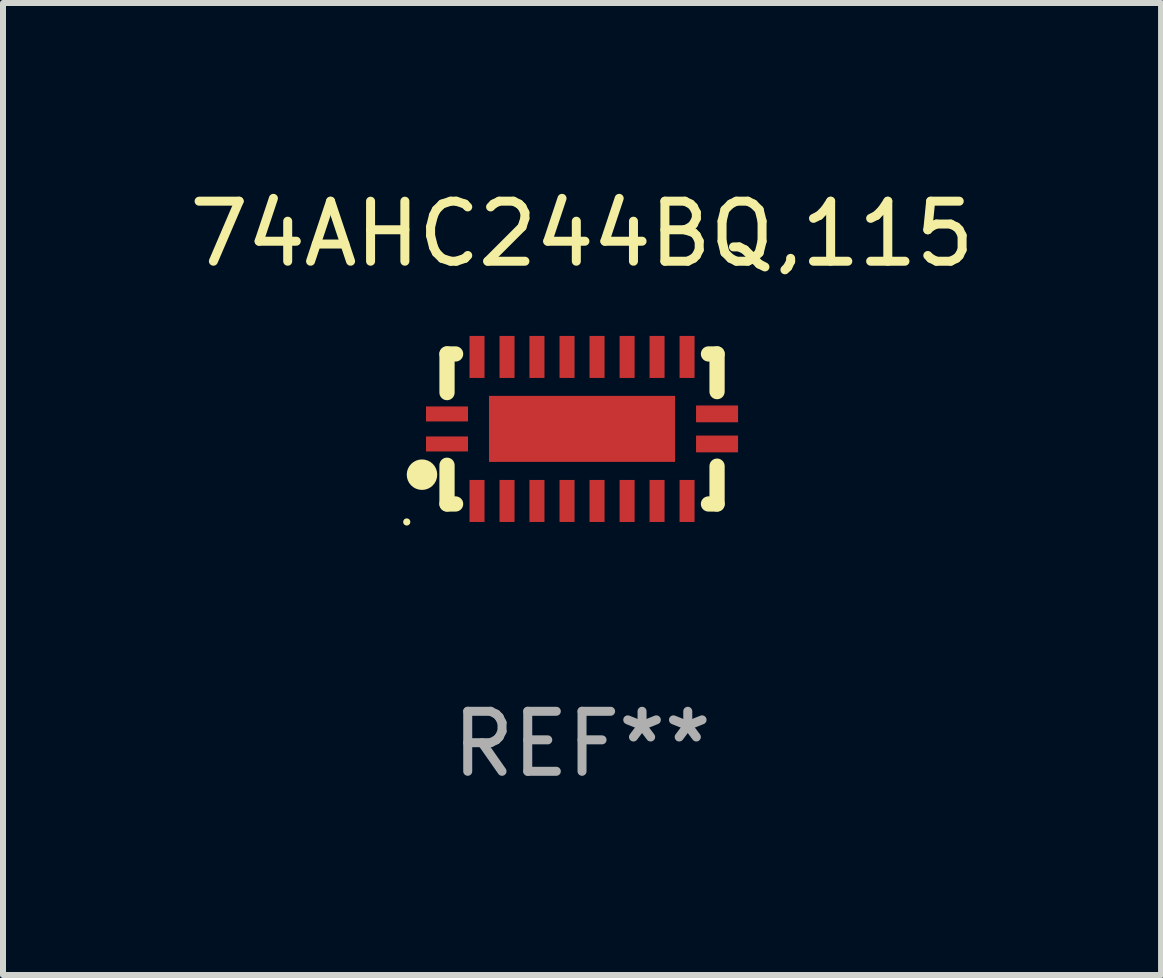
<source format=kicad_pcb>
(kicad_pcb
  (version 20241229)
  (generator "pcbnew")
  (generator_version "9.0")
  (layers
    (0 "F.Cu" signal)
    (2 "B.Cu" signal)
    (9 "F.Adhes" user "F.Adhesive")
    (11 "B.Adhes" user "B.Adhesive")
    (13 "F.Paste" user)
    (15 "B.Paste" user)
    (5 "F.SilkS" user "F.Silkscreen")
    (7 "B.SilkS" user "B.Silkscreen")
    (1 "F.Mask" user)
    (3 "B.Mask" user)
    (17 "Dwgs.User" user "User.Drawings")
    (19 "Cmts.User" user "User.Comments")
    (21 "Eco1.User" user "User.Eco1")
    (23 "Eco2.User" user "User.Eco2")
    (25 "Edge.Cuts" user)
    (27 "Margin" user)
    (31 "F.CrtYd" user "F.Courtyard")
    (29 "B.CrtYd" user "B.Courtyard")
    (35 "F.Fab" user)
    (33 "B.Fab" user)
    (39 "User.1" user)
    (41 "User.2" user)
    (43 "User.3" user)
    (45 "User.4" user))
  (footprint "74AHC244BQ,115"
    (layer "F.Cu")
    (at 6.649 4.098)
    (property "Reference" "74AHC244BQ,115" (at 0 -3.25 0) (layer "F.SilkS") (effects (font (size 1 1) (thickness 0.15))))
    (attr through_hole)
    (fp_line (start -2.25 0.605) (end -2.25 1.25) (stroke (width 0.254) (type solid)) (layer "F.SilkS"))
    (fp_line (start -2.25 1.25) (end -2.107 1.25) (stroke (width 0.254) (type solid)) (layer "F.SilkS"))
    (fp_line (start -2.25 -1.25) (end -2.25 -0.606) (stroke (width 0.254) (type solid)) (layer "F.SilkS"))
    (fp_line (start -2.25 -1.25) (end -2.107 -1.25) (stroke (width 0.254) (type solid)) (layer "F.SilkS"))
    (fp_line (start 2.107 -1.25) (end 2.25 -1.25) (stroke (width 0.254) (type solid)) (layer "F.SilkS"))
    (fp_line (start 2.107 1.25) (end 2.25 1.25) (stroke (width 0.254) (type solid)) (layer "F.SilkS"))
    (fp_line (start 2.25 -1.25) (end 2.25 -0.622) (stroke (width 0.254) (type solid)) (layer "F.SilkS"))
    (fp_line (start 2.25 0.62) (end 2.25 1.25) (stroke (width 0.254) (type solid)) (layer "F.SilkS"))
    (fp_circle (center -2.921 1.55) (end -2.891 1.55) (stroke (width 0.06) (type solid)) (fill no) (layer "F.SilkS"))
    (fp_circle (center -2.667 0.762) (end -2.54 0.762) (stroke (width 0.254) (type solid)) (fill no) (layer "F.SilkS"))
    (fp_text user "REF**" (at 0 5.25 0) (layer "F.Fab") (effects (font (size 1 1) (thickness 0.15))))
    (pad "1" smd rect (at -2.25 0.25 180) (size 0.7 0.25) (layers "F.Cu" "F.Mask" "F.Paste"))
    (pad "2" smd rect (at -1.75 1.2 90) (size 0.7 0.25) (layers "F.Cu" "F.Mask" "F.Paste"))
    (pad "3" smd rect (at -1.25 1.2 90) (size 0.7 0.25) (layers "F.Cu" "F.Mask" "F.Paste"))
    (pad "4" smd rect (at -0.751 1.2 90) (size 0.7 0.25) (layers "F.Cu" "F.Mask" "F.Paste"))
    (pad "5" smd rect (at -0.25 1.2 90) (size 0.7 0.25) (layers "F.Cu" "F.Mask" "F.Paste"))
    (pad "6" smd rect (at 0.25 1.2 90) (size 0.7 0.25) (layers "F.Cu" "F.Mask" "F.Paste"))
    (pad "7" smd rect (at 0.751 1.2 90) (size 0.7 0.25) (layers "F.Cu" "F.Mask" "F.Paste"))
    (pad "8" smd rect (at 1.25 1.2 90) (size 0.7 0.25) (layers "F.Cu" "F.Mask" "F.Paste"))
    (pad "9" smd rect (at 1.75 1.2 90) (size 0.7 0.25) (layers "F.Cu" "F.Mask" "F.Paste"))
    (pad "10" smd rect (at 2.25 0.25 180) (size 0.7 0.28) (layers "F.Cu" "F.Mask" "F.Paste"))
    (pad "11" smd rect (at 2.25 -0.251 180) (size 0.7 0.28) (layers "F.Cu" "F.Mask" "F.Paste"))
    (pad "12" smd rect (at 1.75 -1.2 90) (size 0.7 0.25) (layers "F.Cu" "F.Mask" "F.Paste"))
    (pad "13" smd rect (at 1.25 -1.2 90) (size 0.7 0.25) (layers "F.Cu" "F.Mask" "F.Paste"))
    (pad "14" smd rect (at 0.751 -1.2 90) (size 0.7 0.25) (layers "F.Cu" "F.Mask" "F.Paste"))
    (pad "15" smd rect (at 0.25 -1.2 90) (size 0.7 0.25) (layers "F.Cu" "F.Mask" "F.Paste"))
    (pad "16" smd rect (at -0.25 -1.2 90) (size 0.7 0.25) (layers "F.Cu" "F.Mask" "F.Paste"))
    (pad "17" smd rect (at -0.751 -1.2 90) (size 0.7 0.25) (layers "F.Cu" "F.Mask" "F.Paste"))
    (pad "18" smd rect (at -1.25 -1.2 90) (size 0.7 0.25) (layers "F.Cu" "F.Mask" "F.Paste"))
    (pad "19" smd rect (at -1.75 -1.2 90) (size 0.7 0.25) (layers "F.Cu" "F.Mask" "F.Paste"))
    (pad "20" smd rect (at -2.25 -0.25 180) (size 0.7 0.25) (layers "F.Cu" "F.Mask" "F.Paste"))
    (pad "21" smd rect (at 0 -0.001 180) (size 3.1 1.1) (layers "F.Cu" "F.Mask" "F.Paste")))
  (gr_rect
    (start -3 -3)
    (end 16.298 13.197)
    (stroke (width 0.1) (type default))
    (fill no)
    (layer "Edge.Cuts")))
</source>
